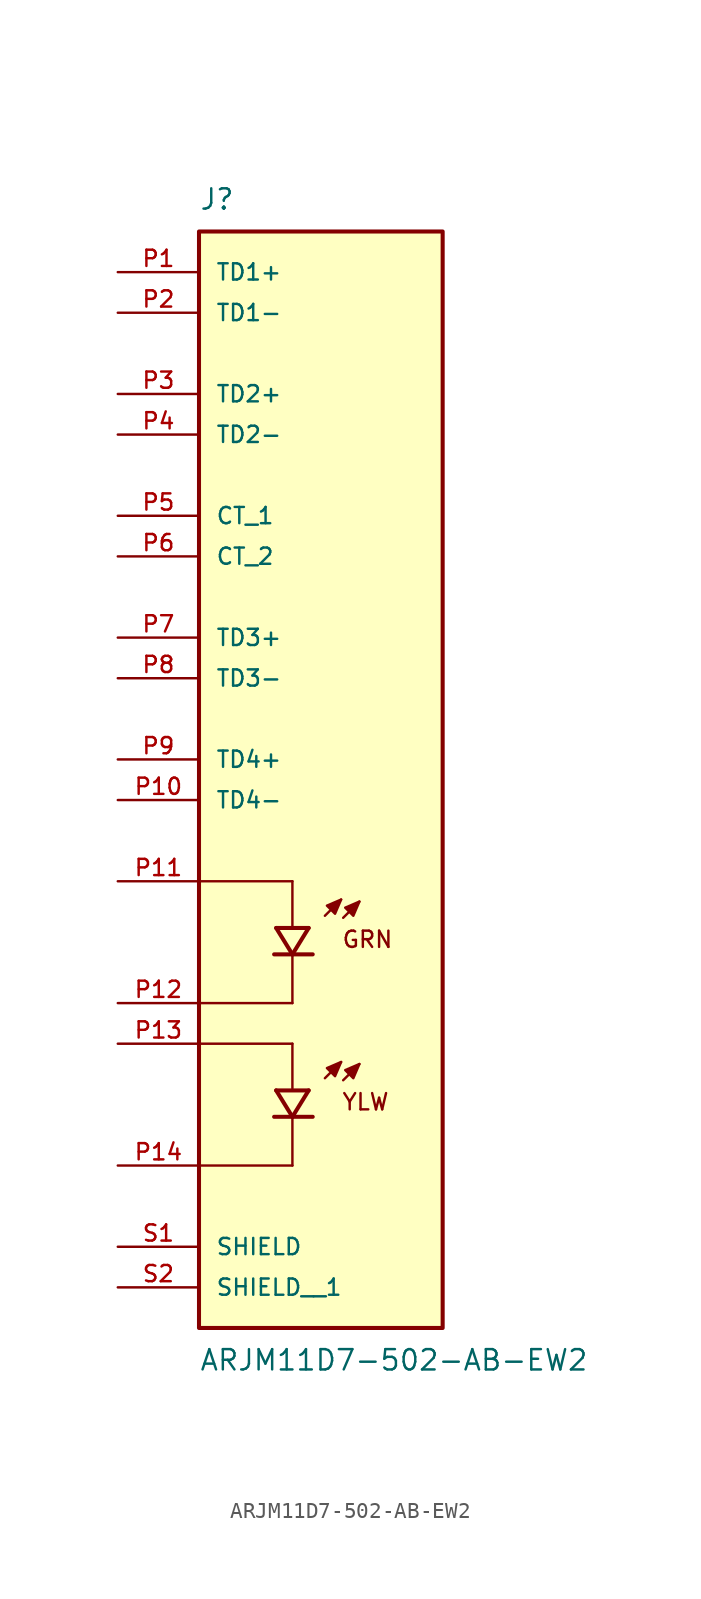
<source format=kicad_sym>
(kicad_symbol_lib
  (version 20211014)
  (generator kicad_symbol_editor)
  (symbol "ARJM11D7-502-AB-EW2"
    (pin_names
      (offset 1.016))
    (property "Reference" "J"
      (at -7.62 34.29 0)
      (effects (font (size 1.27 1.27)) (justify bottom left)))
    (property "Value" "ARJM11D7-502-AB-EW2"
      (at -7.62 -36.83 0)
      (effects (font (size 1.27 1.27)) (justify top left)))
    (symbol "ARJM11D7-502-AB-EW2_0_0"
      (polyline (pts (xy -1.778 -7.62) (xy -7.62 -7.62)) (stroke (width 0.152)))
      (polyline (pts (xy -1.778 -15.24) (xy -7.62 -15.24)) (stroke (width 0.152)))
      (polyline (pts (xy -2.794 -10.541) (xy -1.778 -12.192)) (stroke (width 0.254)))
      (polyline (pts (xy -1.778 -12.192) (xy -0.762 -10.541)) (stroke (width 0.254)))
      (polyline (pts (xy -2.921 -12.192) (xy -1.778 -12.192)) (stroke (width 0.254)))
      (polyline (pts (xy -1.778 -12.192) (xy -0.508 -12.192)) (stroke (width 0.254)))
      (polyline (pts (xy -2.794 -10.541) (xy -0.762 -10.541)) (stroke (width 0.254)))
      (polyline (pts (xy -1.778 -7.62) (xy -1.778 -10.414)) (stroke (width 0.152)))
      (polyline (pts (xy -1.778 -12.319) (xy -1.778 -15.24)) (stroke (width 0.152)))
      (polyline (pts (xy 0.254 -9.779) (xy 1.27 -8.763)) (stroke (width 0.152)))
      (polyline (pts (xy 1.397 -9.906) (xy 2.413 -8.89)) (stroke (width 0.152)))
      (polyline (pts (xy 1.27 -8.763) (xy 0.381 -9.144) (xy 0.889 -9.652) (xy 1.27 -8.763)) (stroke (width 0.152)) (fill (type outline)))
      (polyline (pts (xy 2.413 -8.89) (xy 1.524 -9.271) (xy 2.032 -9.779) (xy 2.413 -8.89)) (stroke (width 0.152)) (fill (type outline)))
      (text "GRN" (at 1.27 -10.668 0) (effects (font (size 1.016 1.016)) (justify top left)))
      (polyline (pts (xy -1.778 -17.78) (xy -7.62 -17.78)) (stroke (width 0.152)))
      (polyline (pts (xy -1.778 -25.4) (xy -7.62 -25.4)) (stroke (width 0.152)))
      (polyline (pts (xy -2.794 -20.701) (xy -1.778 -22.352)) (stroke (width 0.254)))
      (polyline (pts (xy -1.778 -22.352) (xy -0.762 -20.701)) (stroke (width 0.254)))
      (polyline (pts (xy -2.921 -22.352) (xy -1.778 -22.352)) (stroke (width 0.254)))
      (polyline (pts (xy -1.778 -22.352) (xy -0.508 -22.352)) (stroke (width 0.254)))
      (polyline (pts (xy -2.794 -20.701) (xy -0.762 -20.701)) (stroke (width 0.254)))
      (polyline (pts (xy -1.778 -17.78) (xy -1.778 -20.574)) (stroke (width 0.152)))
      (polyline (pts (xy -1.778 -22.479) (xy -1.778 -25.4)) (stroke (width 0.152)))
      (polyline (pts (xy 0.254 -19.939) (xy 1.27 -18.923)) (stroke (width 0.152)))
      (polyline (pts (xy 1.397 -20.066) (xy 2.413 -19.05)) (stroke (width 0.152)))
      (polyline (pts (xy 1.27 -18.923) (xy 0.381 -19.304) (xy 0.889 -19.812) (xy 1.27 -18.923)) (stroke (width 0.152)) (fill (type outline)))
      (polyline (pts (xy 2.413 -19.05) (xy 1.524 -19.431) (xy 2.032 -19.939) (xy 2.413 -19.05)) (stroke (width 0.152)) (fill (type outline)))
      (text "YLW" (at 1.27 -20.828 0) (effects (font (size 1.016 1.016)) (justify top left)))
      (rectangle (start -7.62 -35.56) (end 7.62 33.02) (stroke (width 0.254)) (fill (type background)))
      (pin passive line (at -12.7 22.86 0) (length 5.08) (name "TD2+" (effects (font (size 1.016 1.016)))) (number "P3" (effects (font (size 1.016 1.016)))))
      (pin passive line (at -12.7 30.48 0) (length 5.08) (name "TD1+" (effects (font (size 1.016 1.016)))) (number "P1" (effects (font (size 1.016 1.016)))))
      (pin passive line (at -12.7 5.08 0) (length 5.08) (name "TD3-" (effects (font (size 1.016 1.016)))) (number "P8" (effects (font (size 1.016 1.016)))))
      (pin passive line (at -12.7 15.24 0) (length 5.08) (name "CT_1" (effects (font (size 1.016 1.016)))) (number "P5" (effects (font (size 1.016 1.016)))))
      (pin passive line (at -12.7 -15.24 0) (length 5.08) (name "~" (effects (font (size 1.016 1.016)))) (number "P12" (effects (font (size 1.016 1.016)))))
      (pin passive line (at -12.7 -7.62 0) (length 5.08) (name "~" (effects (font (size 1.016 1.016)))) (number "P11" (effects (font (size 1.016 1.016)))))
      (pin passive line (at -12.7 27.94 0) (length 5.08) (name "TD1-" (effects (font (size 1.016 1.016)))) (number "P2" (effects (font (size 1.016 1.016)))))
      (pin passive line (at -12.7 -30.48 0) (length 5.08) (name "SHIELD" (effects (font (size 1.016 1.016)))) (number "S1" (effects (font (size 1.016 1.016)))))
      (pin passive line (at -12.7 7.62 0) (length 5.08) (name "TD3+" (effects (font (size 1.016 1.016)))) (number "P7" (effects (font (size 1.016 1.016)))))
      (pin passive line (at -12.7 -25.4 0) (length 5.08) (name "~" (effects (font (size 1.016 1.016)))) (number "P14" (effects (font (size 1.016 1.016)))))
      (pin passive line (at -12.7 -17.78 0) (length 5.08) (name "~" (effects (font (size 1.016 1.016)))) (number "P13" (effects (font (size 1.016 1.016)))))
      (pin passive line (at -12.7 0.0 0) (length 5.08) (name "TD4+" (effects (font (size 1.016 1.016)))) (number "P9" (effects (font (size 1.016 1.016)))))
      (pin passive line (at -12.7 -2.54 0) (length 5.08) (name "TD4-" (effects (font (size 1.016 1.016)))) (number "P10" (effects (font (size 1.016 1.016)))))
      (pin passive line (at -12.7 20.32 0) (length 5.08) (name "TD2-" (effects (font (size 1.016 1.016)))) (number "P4" (effects (font (size 1.016 1.016)))))
      (pin passive line (at -12.7 12.7 0) (length 5.08) (name "CT_2" (effects (font (size 1.016 1.016)))) (number "P6" (effects (font (size 1.016 1.016)))))
      (pin passive line (at -12.7 -33.02 0) (length 5.08) (name "SHIELD__1" (effects (font (size 1.016 1.016)))) (number "S2" (effects (font (size 1.016 1.016))))))))
</source>
